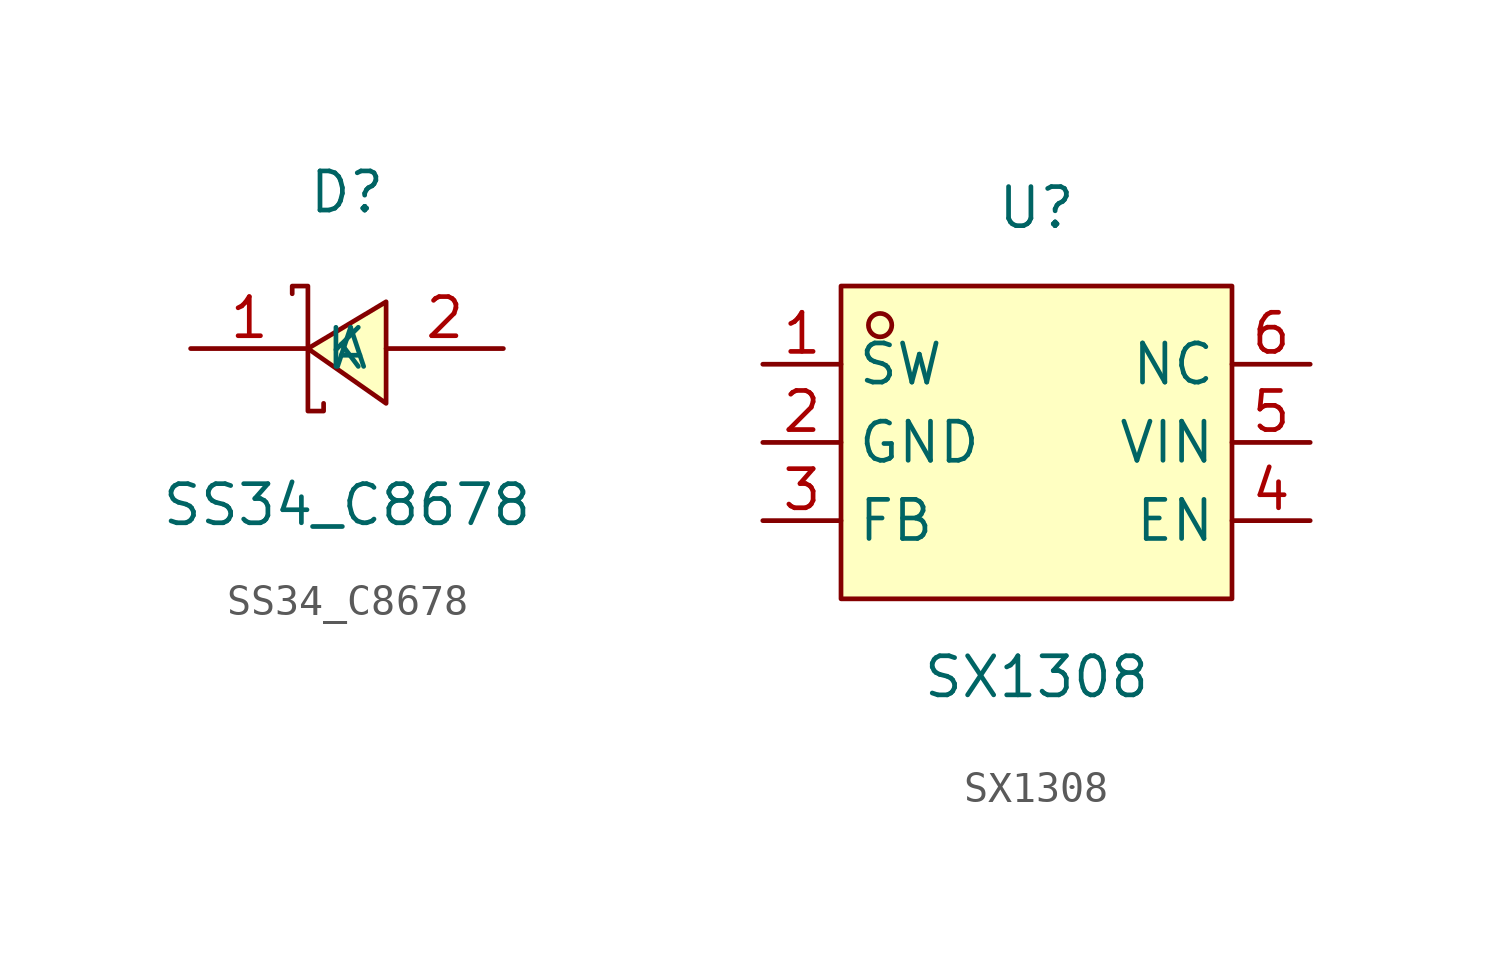
<source format=kicad_sym>
(kicad_symbol_lib
  (version 20241209)
  (generator "kicad_symbol_editor")
  (generator_version "9.0")
  (symbol "SS34_C8678"
    (property "Reference" "D"
      (at 0 5.08 0)
      (effects (font (size 1.27 1.27))))
    (property "Value" "SS34_C8678"
      (at 0 -5.08 0)
      (effects (font (size 1.27 1.27))))
    (symbol "SS34_C8678_0_1"
      (polyline (pts (xy -1.27 0) (xy -1.27 2.03) (xy -1.78 2.03) (xy -1.78 1.78)) (stroke (width 0) (type default)) (fill (type none)))
      (polyline (pts (xy -1.27 0) (xy -1.27 -2.03) (xy -0.76 -2.03) (xy -0.76 -1.78)) (stroke (width 0) (type default)) (fill (type none)))
      (polyline (pts (xy 1.27 1.52) (xy -1.27 0) (xy 1.27 -1.78) (xy 1.27 1.52)) (stroke (width 0) (type default)) (fill (type background)))
      (pin unspecified line (at -5.08 0 0) (length 3.81) (name "K" (effects (font (size 1.27 1.27)))) (number "1" (effects (font (size 1.27 1.27)))))
      (pin unspecified line (at 5.08 0 180) (length 3.81) (name "A" (effects (font (size 1.27 1.27)))) (number "2" (effects (font (size 1.27 1.27)))))))
  (symbol "SX1308"
    (property "Reference" "U"
      (at 0 7.62 0)
      (effects (font (size 1.27 1.27))))
    (property "Value" "SX1308"
      (at 0 -7.62 0)
      (effects (font (size 1.27 1.27))))
    (symbol "SX1308_0_1"
      (rectangle (start -6.35 5.08) (end 6.35 -5.08) (stroke (width 0) (type default)) (fill (type background)))
      (circle (center -5.08 3.81) (radius 0.38) (stroke (width 0) (type default)) (fill (type none)))
      (pin unspecified line (at -8.89 2.54 0) (length 2.54) (name "SW" (effects (font (size 1.27 1.27)))) (number "1" (effects (font (size 1.27 1.27)))))
      (pin unspecified line (at -8.89 0 0) (length 2.54) (name "GND" (effects (font (size 1.27 1.27)))) (number "2" (effects (font (size 1.27 1.27)))))
      (pin unspecified line (at -8.89 -2.54 0) (length 2.54) (name "FB" (effects (font (size 1.27 1.27)))) (number "3" (effects (font (size 1.27 1.27)))))
      (pin unspecified line (at 8.89 2.54 180) (length 2.54) (name "NC" (effects (font (size 1.27 1.27)))) (number "6" (effects (font (size 1.27 1.27)))))
      (pin unspecified line (at 8.89 0 180) (length 2.54) (name "VIN" (effects (font (size 1.27 1.27)))) (number "5" (effects (font (size 1.27 1.27)))))
      (pin unspecified line (at 8.89 -2.54 180) (length 2.54) (name "EN" (effects (font (size 1.27 1.27)))) (number "4" (effects (font (size 1.27 1.27))))))))
</source>
